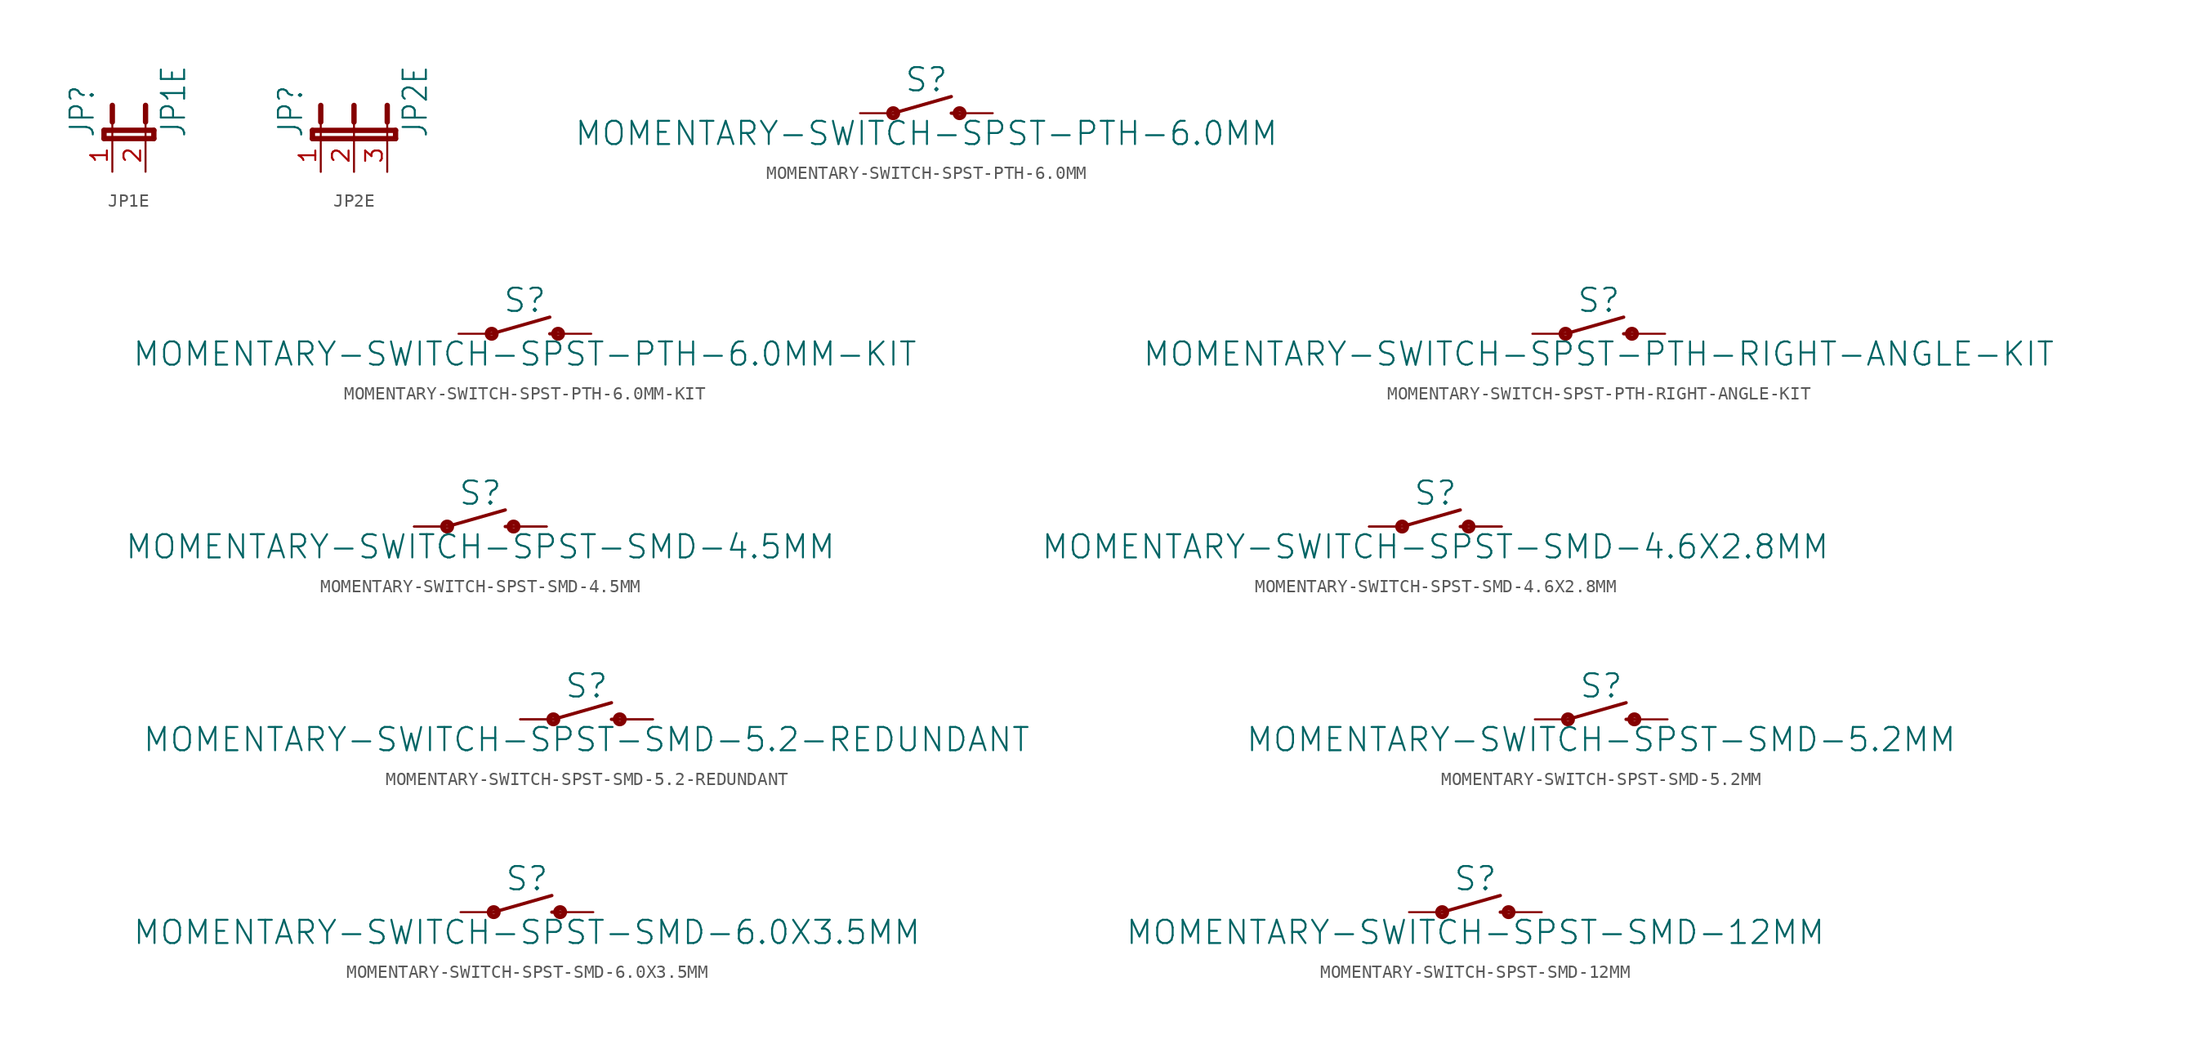
<source format=kicad_sym>
(kicad_symbol_lib
  (version 20220331)
  (generator kicad_symbol_editor)
  (symbol "JP1E"
    (property "Reference" "JP"
      (at -1.27 0 90)
      (effects (font (size 1.778 1.511)) (justify left bottom)))
    (property "Value" "JP1E"
      (at 5.715 0 90)
      (effects (font (size 1.778 1.511)) (justify left bottom)))
    (property "ki_locked" ""
      (at 0 0 0)
      (effects (font (size 1.27 1.27))))
    (symbol "JP1E_1_0"
      (polyline (pts (xy -0.635 0) (xy 3.175 0)) (stroke (width 0.406) (type solid)) (fill (type none)))
      (polyline (pts (xy -0.635 0.635) (xy -0.635 0)) (stroke (width 0.406) (type solid)) (fill (type none)))
      (polyline (pts (xy 0 0) (xy 0 1.27)) (stroke (width 0.152) (type solid)) (fill (type none)))
      (polyline (pts (xy 0 2.54) (xy 0 1.27)) (stroke (width 0.406) (type solid)) (fill (type none)))
      (polyline (pts (xy 2.54 0) (xy 2.54 1.27)) (stroke (width 0.152) (type solid)) (fill (type none)))
      (polyline (pts (xy 2.54 2.54) (xy 2.54 1.27)) (stroke (width 0.406) (type solid)) (fill (type none)))
      (polyline (pts (xy 3.175 0) (xy 3.175 0.635)) (stroke (width 0.406) (type solid)) (fill (type none)))
      (polyline (pts (xy 3.175 0.635) (xy -0.635 0.635)) (stroke (width 0.406) (type solid)) (fill (type none)))
      (pin passive line (at 0 -2.54 90) (length 2.54) (name "1" (effects (font (size 0 0)))) (number "1" (effects (font (size 1.27 1.27)))))
      (pin passive line (at 2.54 -2.54 90) (length 2.54) (name "2" (effects (font (size 0 0)))) (number "2" (effects (font (size 1.27 1.27)))))))
  (symbol "JP2E"
    (property "Reference" "JP"
      (at -3.81 0 90)
      (effects (font (size 1.778 1.511)) (justify left bottom)))
    (property "Value" "JP2E"
      (at 5.715 0 90)
      (effects (font (size 1.778 1.511)) (justify left bottom)))
    (property "ki_locked" ""
      (at 0 0 0)
      (effects (font (size 1.27 1.27))))
    (symbol "JP2E_1_0"
      (polyline (pts (xy -3.175 0) (xy 3.175 0)) (stroke (width 0.406) (type solid)) (fill (type none)))
      (polyline (pts (xy -3.175 0.635) (xy -3.175 0)) (stroke (width 0.406) (type solid)) (fill (type none)))
      (polyline (pts (xy -2.54 0) (xy -2.54 1.27)) (stroke (width 0.152) (type solid)) (fill (type none)))
      (polyline (pts (xy -2.54 2.54) (xy -2.54 1.27)) (stroke (width 0.406) (type solid)) (fill (type none)))
      (polyline (pts (xy 0 0) (xy 0 1.27)) (stroke (width 0.152) (type solid)) (fill (type none)))
      (polyline (pts (xy 0 2.54) (xy 0 1.27)) (stroke (width 0.406) (type solid)) (fill (type none)))
      (polyline (pts (xy 2.54 0) (xy 2.54 1.27)) (stroke (width 0.152) (type solid)) (fill (type none)))
      (polyline (pts (xy 2.54 2.54) (xy 2.54 1.27)) (stroke (width 0.406) (type solid)) (fill (type none)))
      (polyline (pts (xy 3.175 0) (xy 3.175 0.635)) (stroke (width 0.406) (type solid)) (fill (type none)))
      (polyline (pts (xy 3.175 0.635) (xy -3.175 0.635)) (stroke (width 0.406) (type solid)) (fill (type none)))
      (pin passive line (at -2.54 -2.54 90) (length 2.54) (name "1" (effects (font (size 0 0)))) (number "1" (effects (font (size 1.27 1.27)))))
      (pin passive line (at 0 -2.54 90) (length 2.54) (name "2" (effects (font (size 0 0)))) (number "2" (effects (font (size 1.27 1.27)))))
      (pin passive line (at 2.54 -2.54 90) (length 2.54) (name "3" (effects (font (size 0 0)))) (number "3" (effects (font (size 1.27 1.27)))))))
  (symbol "MOMENTARY-SWITCH-SPST-PTH-6.0MM"
    (property "Reference" "S"
      (at 0 1.524 0)
      (effects (font (size 1.778 1.778)) (justify bottom)))
    (property "Value" "MOMENTARY-SWITCH-SPST-PTH-6.0MM"
      (at 0 -0.508 0)
      (effects (font (size 1.778 1.778)) (justify top)))
    (property "ki_locked" ""
      (at 0 0 0)
      (effects (font (size 1.27 1.27))))
    (symbol "MOMENTARY-SWITCH-SPST-PTH-6.0MM_1_0"
      (circle (center -2.54 0) (radius 0.127) (stroke (width 0.406) (type solid)) (fill (type none)))
      (polyline (pts (xy -2.54 0) (xy 1.905 1.27)) (stroke (width 0.254) (type solid)) (fill (type none)))
      (polyline (pts (xy 1.905 0) (xy 2.54 0)) (stroke (width 0.254) (type solid)) (fill (type none)))
      (circle (center 2.54 0) (radius 0.127) (stroke (width 0.406) (type solid)) (fill (type none)))
      (pin passive line (at -5.08 0 0) (length 2.54) (name "1" (effects (font (size 0 0)))) (number "1" (effects (font (size 0 0)))))
      (pin passive line (at 5.08 0 180) (length 2.54) (name "2" (effects (font (size 0 0)))) (number "3" (effects (font (size 0 0)))))))
  (symbol "MOMENTARY-SWITCH-SPST-PTH-6.0MM-KIT"
    (property "Reference" "S"
      (at 0 1.524 0)
      (effects (font (size 1.778 1.778)) (justify bottom)))
    (property "Value" "MOMENTARY-SWITCH-SPST-PTH-6.0MM-KIT"
      (at 0 -0.508 0)
      (effects (font (size 1.778 1.778)) (justify top)))
    (property "ki_locked" ""
      (at 0 0 0)
      (effects (font (size 1.27 1.27))))
    (symbol "MOMENTARY-SWITCH-SPST-PTH-6.0MM-KIT_1_0"
      (circle (center -2.54 0) (radius 0.127) (stroke (width 0.406) (type solid)) (fill (type none)))
      (polyline (pts (xy -2.54 0) (xy 1.905 1.27)) (stroke (width 0.254) (type solid)) (fill (type none)))
      (polyline (pts (xy 1.905 0) (xy 2.54 0)) (stroke (width 0.254) (type solid)) (fill (type none)))
      (circle (center 2.54 0) (radius 0.127) (stroke (width 0.406) (type solid)) (fill (type none)))
      (pin passive line (at -5.08 0 0) (length 2.54) (name "1" (effects (font (size 0 0)))) (number "1" (effects (font (size 0 0)))))
      (pin passive line (at 5.08 0 180) (length 2.54) (name "2" (effects (font (size 0 0)))) (number "3" (effects (font (size 0 0)))))))
  (symbol "MOMENTARY-SWITCH-SPST-PTH-RIGHT-ANGLE-KIT"
    (property "Reference" "S"
      (at 0 1.524 0)
      (effects (font (size 1.778 1.778)) (justify bottom)))
    (property "Value" "MOMENTARY-SWITCH-SPST-PTH-RIGHT-ANGLE-KIT"
      (at 0 -0.508 0)
      (effects (font (size 1.778 1.778)) (justify top)))
    (property "ki_locked" ""
      (at 0 0 0)
      (effects (font (size 1.27 1.27))))
    (symbol "MOMENTARY-SWITCH-SPST-PTH-RIGHT-ANGLE-KIT_1_0"
      (circle (center -2.54 0) (radius 0.127) (stroke (width 0.406) (type solid)) (fill (type none)))
      (polyline (pts (xy -2.54 0) (xy 1.905 1.27)) (stroke (width 0.254) (type solid)) (fill (type none)))
      (polyline (pts (xy 1.905 0) (xy 2.54 0)) (stroke (width 0.254) (type solid)) (fill (type none)))
      (circle (center 2.54 0) (radius 0.127) (stroke (width 0.406) (type solid)) (fill (type none)))
      (pin passive line (at -5.08 0 0) (length 2.54) (name "1" (effects (font (size 0 0)))) (number "1" (effects (font (size 0 0)))))
      (pin passive line (at 5.08 0 180) (length 2.54) (name "2" (effects (font (size 0 0)))) (number "2" (effects (font (size 0 0)))))))
  (symbol "MOMENTARY-SWITCH-SPST-SMD-4.5MM"
    (property "Reference" "S"
      (at 0 1.524 0)
      (effects (font (size 1.778 1.778)) (justify bottom)))
    (property "Value" "MOMENTARY-SWITCH-SPST-SMD-4.5MM"
      (at 0 -0.508 0)
      (effects (font (size 1.778 1.778)) (justify top)))
    (property "ki_locked" ""
      (at 0 0 0)
      (effects (font (size 1.27 1.27))))
    (symbol "MOMENTARY-SWITCH-SPST-SMD-4.5MM_1_0"
      (circle (center -2.54 0) (radius 0.127) (stroke (width 0.406) (type solid)) (fill (type none)))
      (polyline (pts (xy -2.54 0) (xy 1.905 1.27)) (stroke (width 0.254) (type solid)) (fill (type none)))
      (polyline (pts (xy 1.905 0) (xy 2.54 0)) (stroke (width 0.254) (type solid)) (fill (type none)))
      (circle (center 2.54 0) (radius 0.127) (stroke (width 0.406) (type solid)) (fill (type none)))
      (pin passive line (at 5.08 0 180) (length 2.54) (name "2" (effects (font (size 0 0)))) (number "1" (effects (font (size 0 0)))))
      (pin passive line (at -5.08 0 0) (length 2.54) (name "1" (effects (font (size 0 0)))) (number "2" (effects (font (size 0 0)))))
      (pin passive line (at -5.08 0 0) (length 2.54) (name "1" (effects (font (size 0 0)))) (number "3" (effects (font (size 0 0)))))
      (pin passive line (at 5.08 0 180) (length 2.54) (name "2" (effects (font (size 0 0)))) (number "4" (effects (font (size 0 0)))))))
  (symbol "MOMENTARY-SWITCH-SPST-SMD-4.6X2.8MM"
    (property "Reference" "S"
      (at 0 1.524 0)
      (effects (font (size 1.778 1.778)) (justify bottom)))
    (property "Value" "MOMENTARY-SWITCH-SPST-SMD-4.6X2.8MM"
      (at 0 -0.508 0)
      (effects (font (size 1.778 1.778)) (justify top)))
    (property "ki_locked" ""
      (at 0 0 0)
      (effects (font (size 1.27 1.27))))
    (symbol "MOMENTARY-SWITCH-SPST-SMD-4.6X2.8MM_1_0"
      (circle (center -2.54 0) (radius 0.127) (stroke (width 0.406) (type solid)) (fill (type none)))
      (polyline (pts (xy -2.54 0) (xy 1.905 1.27)) (stroke (width 0.254) (type solid)) (fill (type none)))
      (polyline (pts (xy 1.905 0) (xy 2.54 0)) (stroke (width 0.254) (type solid)) (fill (type none)))
      (circle (center 2.54 0) (radius 0.127) (stroke (width 0.406) (type solid)) (fill (type none)))
      (pin passive line (at -5.08 0 0) (length 2.54) (name "1" (effects (font (size 0 0)))) (number "1" (effects (font (size 0 0)))))
      (pin passive line (at -5.08 0 0) (length 2.54) (name "1" (effects (font (size 0 0)))) (number "2" (effects (font (size 0 0)))))
      (pin passive line (at 5.08 0 180) (length 2.54) (name "2" (effects (font (size 0 0)))) (number "3" (effects (font (size 0 0)))))
      (pin passive line (at 5.08 0 180) (length 2.54) (name "2" (effects (font (size 0 0)))) (number "4" (effects (font (size 0 0)))))))
  (symbol "MOMENTARY-SWITCH-SPST-SMD-5.2-REDUNDANT"
    (property "Reference" "S"
      (at 0 1.524 0)
      (effects (font (size 1.778 1.778)) (justify bottom)))
    (property "Value" "MOMENTARY-SWITCH-SPST-SMD-5.2-REDUNDANT"
      (at 0 -0.508 0)
      (effects (font (size 1.778 1.778)) (justify top)))
    (property "ki_locked" ""
      (at 0 0 0)
      (effects (font (size 1.27 1.27))))
    (symbol "MOMENTARY-SWITCH-SPST-SMD-5.2-REDUNDANT_1_0"
      (circle (center -2.54 0) (radius 0.127) (stroke (width 0.406) (type solid)) (fill (type none)))
      (polyline (pts (xy -2.54 0) (xy 1.905 1.27)) (stroke (width 0.254) (type solid)) (fill (type none)))
      (polyline (pts (xy 1.905 0) (xy 2.54 0)) (stroke (width 0.254) (type solid)) (fill (type none)))
      (circle (center 2.54 0) (radius 0.127) (stroke (width 0.406) (type solid)) (fill (type none)))
      (pin passive line (at -5.08 0 0) (length 2.54) (name "1" (effects (font (size 0 0)))) (number "1" (effects (font (size 0 0)))))
      (pin passive line (at -5.08 0 0) (length 2.54) (name "1" (effects (font (size 0 0)))) (number "2" (effects (font (size 0 0)))))
      (pin passive line (at 5.08 0 180) (length 2.54) (name "2" (effects (font (size 0 0)))) (number "3" (effects (font (size 0 0)))))
      (pin passive line (at 5.08 0 180) (length 2.54) (name "2" (effects (font (size 0 0)))) (number "4" (effects (font (size 0 0)))))))
  (symbol "MOMENTARY-SWITCH-SPST-SMD-5.2MM"
    (property "Reference" "S"
      (at 0 1.524 0)
      (effects (font (size 1.778 1.778)) (justify bottom)))
    (property "Value" "MOMENTARY-SWITCH-SPST-SMD-5.2MM"
      (at 0 -0.508 0)
      (effects (font (size 1.778 1.778)) (justify top)))
    (property "ki_locked" ""
      (at 0 0 0)
      (effects (font (size 1.27 1.27))))
    (symbol "MOMENTARY-SWITCH-SPST-SMD-5.2MM_1_0"
      (circle (center -2.54 0) (radius 0.127) (stroke (width 0.406) (type solid)) (fill (type none)))
      (polyline (pts (xy -2.54 0) (xy 1.905 1.27)) (stroke (width 0.254) (type solid)) (fill (type none)))
      (polyline (pts (xy 1.905 0) (xy 2.54 0)) (stroke (width 0.254) (type solid)) (fill (type none)))
      (circle (center 2.54 0) (radius 0.127) (stroke (width 0.406) (type solid)) (fill (type none)))
      (pin passive line (at -5.08 0 0) (length 2.54) (name "1" (effects (font (size 0 0)))) (number "1" (effects (font (size 0 0)))))
      (pin passive line (at 5.08 0 180) (length 2.54) (name "2" (effects (font (size 0 0)))) (number "3" (effects (font (size 0 0)))))))
  (symbol "MOMENTARY-SWITCH-SPST-SMD-6.0X3.5MM"
    (property "Reference" "S"
      (at 0 1.524 0)
      (effects (font (size 1.778 1.778)) (justify bottom)))
    (property "Value" "MOMENTARY-SWITCH-SPST-SMD-6.0X3.5MM"
      (at 0 -0.508 0)
      (effects (font (size 1.778 1.778)) (justify top)))
    (property "ki_locked" ""
      (at 0 0 0)
      (effects (font (size 1.27 1.27))))
    (symbol "MOMENTARY-SWITCH-SPST-SMD-6.0X3.5MM_1_0"
      (circle (center -2.54 0) (radius 0.127) (stroke (width 0.406) (type solid)) (fill (type none)))
      (polyline (pts (xy -2.54 0) (xy 1.905 1.27)) (stroke (width 0.254) (type solid)) (fill (type none)))
      (polyline (pts (xy 1.905 0) (xy 2.54 0)) (stroke (width 0.254) (type solid)) (fill (type none)))
      (circle (center 2.54 0) (radius 0.127) (stroke (width 0.406) (type solid)) (fill (type none)))
      (pin passive line (at -5.08 0 0) (length 2.54) (name "1" (effects (font (size 0 0)))) (number "1" (effects (font (size 0 0)))))
      (pin passive line (at 5.08 0 180) (length 2.54) (name "2" (effects (font (size 0 0)))) (number "2" (effects (font (size 0 0)))))))
  (symbol "MOMENTARY-SWITCH-SPST-SMD-12MM"
    (property "Reference" "S"
      (at 0 1.524 0)
      (effects (font (size 1.778 1.778)) (justify bottom)))
    (property "Value" "MOMENTARY-SWITCH-SPST-SMD-12MM"
      (at 0 -0.508 0)
      (effects (font (size 1.778 1.778)) (justify top)))
    (property "ki_locked" ""
      (at 0 0 0)
      (effects (font (size 1.27 1.27))))
    (symbol "MOMENTARY-SWITCH-SPST-SMD-12MM_1_0"
      (circle (center -2.54 0) (radius 0.127) (stroke (width 0.406) (type solid)) (fill (type none)))
      (polyline (pts (xy -2.54 0) (xy 1.905 1.27)) (stroke (width 0.254) (type solid)) (fill (type none)))
      (polyline (pts (xy 1.905 0) (xy 2.54 0)) (stroke (width 0.254) (type solid)) (fill (type none)))
      (circle (center 2.54 0) (radius 0.127) (stroke (width 0.406) (type solid)) (fill (type none)))
      (pin passive line (at -5.08 0 0) (length 2.54) (name "1" (effects (font (size 0 0)))) (number "1" (effects (font (size 0 0)))))
      (pin passive line (at 5.08 0 180) (length 2.54) (name "2" (effects (font (size 0 0)))) (number "3" (effects (font (size 0 0))))))))
</source>
